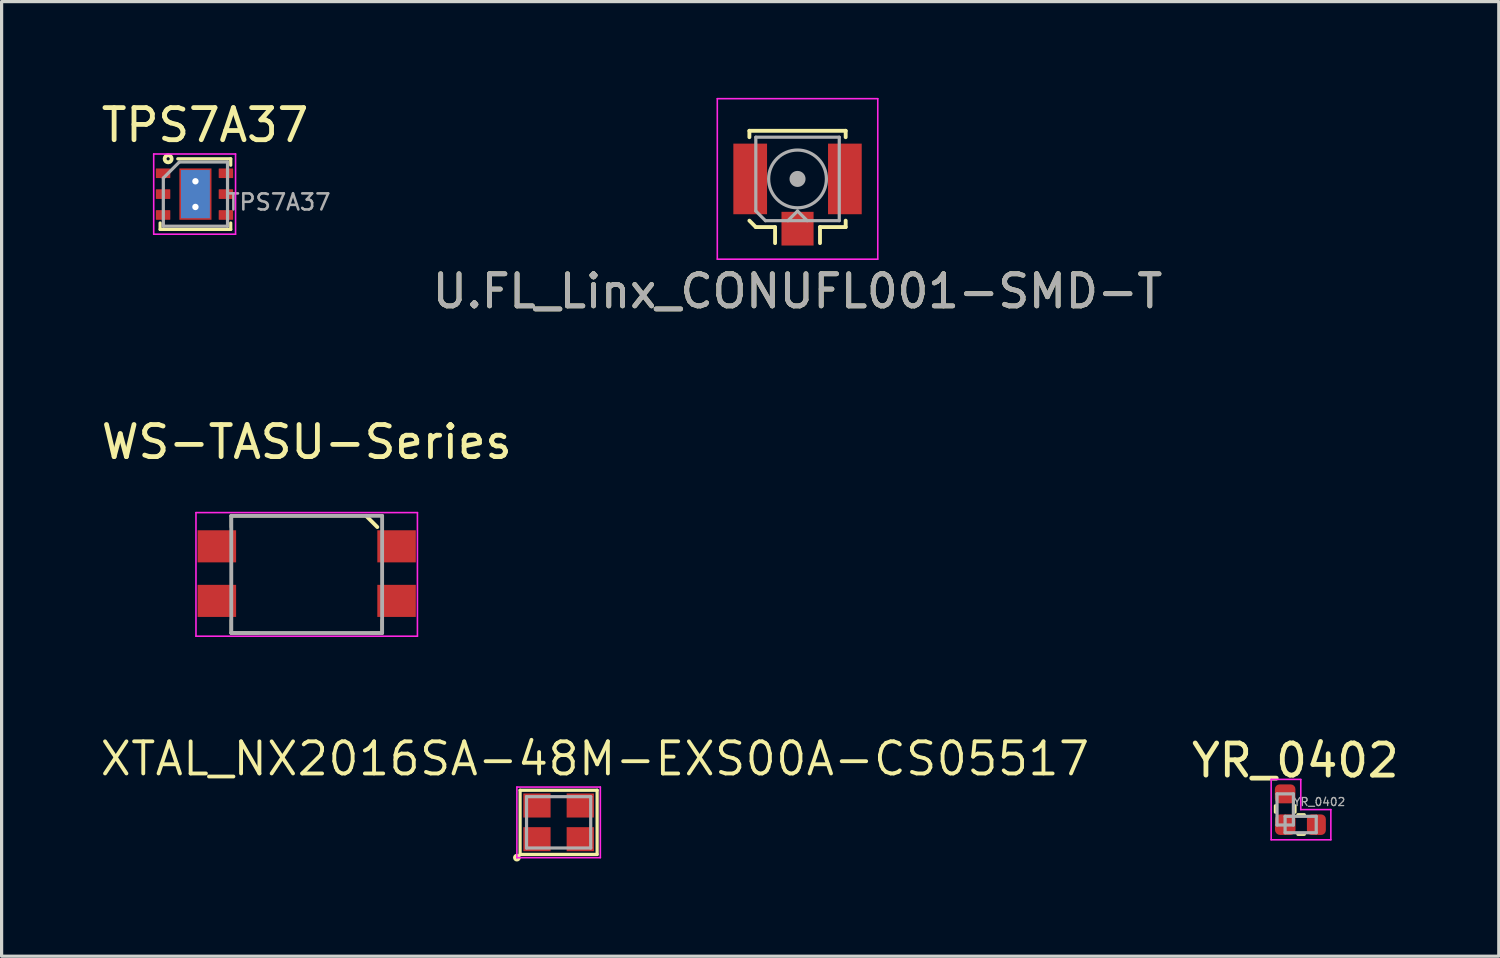
<source format=kicad_pcb>
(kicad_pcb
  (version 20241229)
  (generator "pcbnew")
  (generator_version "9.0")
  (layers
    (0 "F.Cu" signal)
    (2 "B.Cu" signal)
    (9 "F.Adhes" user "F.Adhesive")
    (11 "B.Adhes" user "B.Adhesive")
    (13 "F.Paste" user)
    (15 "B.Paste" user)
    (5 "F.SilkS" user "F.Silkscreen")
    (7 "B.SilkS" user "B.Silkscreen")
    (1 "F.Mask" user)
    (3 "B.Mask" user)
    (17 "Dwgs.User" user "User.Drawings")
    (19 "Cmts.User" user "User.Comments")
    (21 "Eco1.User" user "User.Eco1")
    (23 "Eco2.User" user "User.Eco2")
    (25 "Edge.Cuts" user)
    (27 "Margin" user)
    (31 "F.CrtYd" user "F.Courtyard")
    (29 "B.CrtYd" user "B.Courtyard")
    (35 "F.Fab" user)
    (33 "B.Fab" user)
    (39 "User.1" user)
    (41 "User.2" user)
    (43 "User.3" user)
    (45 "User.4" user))
  (footprint "XTAL_NX2016SA-48M-EXS00A-CS05517"
    (layer "F.Cu")
    (at 14.355 22.572)
    (property "Reference" "XTAL_NX2016SA-48M-EXS00A-CS05517" (at 1.13 -1.98 0) (layer "F.SilkS") (effects (font (size 1 1) (thickness 0.12))))
    (attr smd)
    (fp_line (start -1.2 -1) (end 1.2 -1) (stroke (width 0.1) (type solid)) (layer "F.SilkS"))
    (fp_line (start -1.2 1) (end -1.2 -1) (stroke (width 0.1) (type solid)) (layer "F.SilkS"))
    (fp_line (start 1.2 -1) (end 1.2 1) (stroke (width 0.1) (type solid)) (layer "F.SilkS"))
    (fp_line (start 1.2 1) (end -1.2 1) (stroke (width 0.1) (type solid)) (layer "F.SilkS"))
    (fp_circle (center -1.3 1.1) (end -1.28 1.1) (stroke (width 0.1) (type solid)) (fill no) (layer "F.SilkS"))
    (fp_line (start -1.3 -1.1) (end 1.3 -1.1) (stroke (width 0.05) (type solid)) (layer "F.CrtYd"))
    (fp_line (start -1.3 1.1) (end -1.3 -1.1) (stroke (width 0.05) (type solid)) (layer "F.CrtYd"))
    (fp_line (start 1.3 -1.1) (end 1.3 1.1) (stroke (width 0.05) (type solid)) (layer "F.CrtYd"))
    (fp_line (start 1.3 1.1) (end -1.3 1.1) (stroke (width 0.05) (type solid)) (layer "F.CrtYd"))
    (fp_line (start -1 -0.8) (end 1 -0.8) (stroke (width 0.1) (type solid)) (layer "F.Fab"))
    (fp_line (start -1 0.8) (end -1 -0.8) (stroke (width 0.1) (type solid)) (layer "F.Fab"))
    (fp_line (start 1 -0.8) (end 1 0.8) (stroke (width 0.1) (type solid)) (layer "F.Fab"))
    (fp_line (start 1 0.8) (end -1 0.8) (stroke (width 0.1) (type solid)) (layer "F.Fab"))
    (pad "1" smd rect (at -0.675 0.525) (size 0.85 0.75) (layers "F.Cu" "F.Mask" "F.Paste"))
    (pad "2" smd rect (at 0.675 0.525) (size 0.85 0.75) (layers "F.Cu" "F.Mask" "F.Paste"))
    (pad "3" smd rect (at 0.675 -0.525) (size 0.85 0.75) (layers "F.Cu" "F.Mask" "F.Paste"))
    (pad "4" smd rect (at -0.675 -0.525) (size 0.85 0.75) (layers "F.Cu" "F.Mask" "F.Paste")))
  (footprint "TPS7A37"
    (layer "F.Cu")
    (at 3.039 2.998)
    (property "Reference" "TPS7A37" (at 0.3 -2.15 0) (layer "F.SilkS") (effects (font (size 1 1) (thickness 0.15))))
    (attr smd)
    (fp_line (start -1.1 0.9) (end -1.1 1.1) (stroke (width 0.1) (type solid)) (layer "F.SilkS"))
    (fp_line (start -1.1 1.1) (end 1.1 1.1) (stroke (width 0.1) (type solid)) (layer "F.SilkS"))
    (fp_line (start -0.55 -1.1) (end 1.1 -1.1) (stroke (width 0.1) (type solid)) (layer "F.SilkS"))
    (fp_line (start 1.1 -1.1) (end 1.1 -0.9) (stroke (width 0.1) (type solid)) (layer "F.SilkS"))
    (fp_line (start 1.1 0.9) (end 1.1 1.1) (stroke (width 0.1) (type solid)) (layer "F.SilkS"))
    (fp_circle (center -0.85 -1.1) (end -0.85 -1.15) (stroke (width 0.12) (type solid)) (fill no) (layer "F.SilkS"))
    (fp_line (start -1.3 -1.25) (end -1.3 1.25) (stroke (width 0.05) (type solid)) (layer "F.CrtYd"))
    (fp_line (start -1.3 1.25) (end 1.25 1.25) (stroke (width 0.05) (type solid)) (layer "F.CrtYd"))
    (fp_line (start 1.25 -1.25) (end -1.3 -1.25) (stroke (width 0.05) (type solid)) (layer "F.CrtYd"))
    (fp_line (start 1.25 1.25) (end 1.25 -1.25) (stroke (width 0.05) (type solid)) (layer "F.CrtYd"))
    (fp_line (start -1 -0.5) (end -0.5 -1) (stroke (width 0.1) (type solid)) (layer "F.Fab"))
    (fp_line (start -1 1) (end -1 -0.5) (stroke (width 0.1) (type solid)) (layer "F.Fab"))
    (fp_line (start 1 -1) (end -0.5 -1) (stroke (width 0.1) (type solid)) (layer "F.Fab"))
    (fp_line (start 1 -1) (end 1 1) (stroke (width 0.1) (type solid)) (layer "F.Fab"))
    (fp_line (start 1 1) (end -1 1) (stroke (width 0.1) (type solid)) (layer "F.Fab"))
    (fp_text user "${REFERENCE}" (at 2.6 0.25 0) (layer "F.Fab") (effects (font (size 0.5 0.5) (thickness 0.08))))
    (pad "" smd roundrect (at 0 -0.4) (size 0.9 0.7) (layers "F.Paste") (roundrect_rratio 0.25))
    (pad "" smd roundrect (at 0 0.4) (size 0.9 0.7) (layers "F.Paste") (roundrect_rratio 0.25))
    (pad "1" smd roundrect (at -1.008 -0.65) (size 0.45 0.3) (layers "F.Cu" "F.Mask" "F.Paste") (roundrect_rratio 0.05))
    (pad "2" smd roundrect (at -1.008 0) (size 0.45 0.3) (layers "F.Cu" "F.Mask" "F.Paste") (roundrect_rratio 0.05))
    (pad "3" smd roundrect (at -1.008 0.65) (size 0.45 0.3) (layers "F.Cu" "F.Mask" "F.Paste") (roundrect_rratio 0.05))
    (pad "4" smd roundrect (at 0.95 0.65) (size 0.45 0.3) (layers "F.Cu" "F.Mask" "F.Paste") (roundrect_rratio 0.05))
    (pad "5" smd roundrect (at 0.95 0) (size 0.45 0.3) (layers "F.Cu" "F.Mask" "F.Paste") (roundrect_rratio 0.05))
    (pad "6" smd roundrect (at 0.95 -0.65) (size 0.45 0.3) (layers "F.Cu" "F.Mask" "F.Paste") (roundrect_rratio 0.05))
    (pad "7" thru_hole circle (at 0 -0.4) (size 0.5 0.5) (drill 0.2) (layers "*.Cu"))
    (pad "7" smd rect (at 0 0) (size 0.9 1.5) (layers "B.Cu"))
    (pad "7" smd rect (at 0 0) (size 1 1.6) (layers "F.Cu" "F.Mask"))
    (pad "7" thru_hole circle (at 0 0.4) (size 0.5 0.5) (drill 0.2) (layers "*.Cu")))
  (footprint "U.FL_Linx_CONUFL001-SMD-T"
    (layer "F.Cu")
    (at 21.799 2.525)
    (property "Reference" "U.FL_Linx_CONUFL001-SMD-T" (at 0 3.5 0) (layer "F.SilkS") (effects (font (size 1 1) (thickness 0.15))))
    (attr smd)
    (fp_line (start -1.5 -1.5) (end 1.5 -1.5) (stroke (width 0.12) (type solid)) (layer "F.SilkS"))
    (fp_line (start -1.5 -1.3) (end -1.5 -1.5) (stroke (width 0.12) (type solid)) (layer "F.SilkS"))
    (fp_line (start -1.3 1.5) (end -1.5 1.3) (stroke (width 0.12) (type solid)) (layer "F.SilkS"))
    (fp_line (start -0.7 1.5) (end -1.3 1.5) (stroke (width 0.12) (type solid)) (layer "F.SilkS"))
    (fp_line (start -0.7 1.5) (end -0.7 2) (stroke (width 0.12) (type solid)) (layer "F.SilkS"))
    (fp_line (start 0.7 1.5) (end 0.7 2) (stroke (width 0.12) (type solid)) (layer "F.SilkS"))
    (fp_line (start 1.5 -1.5) (end 1.5 -1.3) (stroke (width 0.12) (type solid)) (layer "F.SilkS"))
    (fp_line (start 1.5 1.3) (end 1.5 1.5) (stroke (width 0.12) (type solid)) (layer "F.SilkS"))
    (fp_line (start 1.5 1.5) (end 0.7 1.5) (stroke (width 0.12) (type solid)) (layer "F.SilkS"))
    (fp_line (start -2.5 -2.5) (end -2.5 2.5) (stroke (width 0.05) (type solid)) (layer "F.CrtYd"))
    (fp_line (start -2.5 2.5) (end 2.5 2.5) (stroke (width 0.05) (type solid)) (layer "F.CrtYd"))
    (fp_line (start 2.5 -2.5) (end -2.5 -2.5) (stroke (width 0.05) (type solid)) (layer "F.CrtYd"))
    (fp_line (start 2.5 2.5) (end 2.5 -2.5) (stroke (width 0.05) (type solid)) (layer "F.CrtYd"))
    (fp_line (start -1.3 -1.3) (end -1.3 1) (stroke (width 0.1) (type solid)) (layer "F.Fab"))
    (fp_line (start -1.3 -1.3) (end 1.3 -1.3) (stroke (width 0.1) (type solid)) (layer "F.Fab"))
    (fp_line (start -1.3 1) (end -1 1.3) (stroke (width 0.1) (type solid)) (layer "F.Fab"))
    (fp_line (start -1 1.3) (end 1.3 1.3) (stroke (width 0.1) (type solid)) (layer "F.Fab"))
    (fp_line (start -0.3 1.3) (end 0 1) (stroke (width 0.1) (type solid)) (layer "F.Fab"))
    (fp_line (start 0 1) (end 0.3 1.3) (stroke (width 0.1) (type solid)) (layer "F.Fab"))
    (fp_line (start 1.3 -1.3) (end 1.3 1.3) (stroke (width 0.1) (type solid)) (layer "F.Fab"))
    (fp_circle (center 0 0) (end 0 0.05) (stroke (width 0.1) (type solid)) (fill no) (layer "F.Fab"))
    (fp_circle (center 0 0) (end 0 0.125) (stroke (width 0.1) (type solid)) (fill no) (layer "F.Fab"))
    (fp_circle (center 0 0) (end 0 0.2) (stroke (width 0.1) (type solid)) (fill no) (layer "F.Fab"))
    (fp_circle (center 0 0) (end 0.9 0) (stroke (width 0.1) (type solid)) (fill no) (layer "F.Fab"))
    (fp_text user "${REFERENCE}" (at 0 3.5 0) (layer "F.Fab") (effects (font (size 1 1) (thickness 0.15))))
    (pad "1" smd rect (at 0 1.55) (size 1 1.05) (layers "F.Cu" "F.Mask" "F.Paste"))
    (pad "2" smd rect (at -1.475 0) (size 1.05 2.2) (layers "F.Cu" "F.Mask" "F.Paste"))
    (pad "2" smd rect (at 1.475 0) (size 1.05 2.2) (layers "F.Cu" "F.Mask" "F.Paste")))
  (footprint "WS-TASU-Series"
    (layer "F.Cu")
    (at 6.506 14.822)
    (property "Reference" "WS-TASU-Series" (at 0 -4.1 0) (layer "F.SilkS") (effects (font (size 1 1) (thickness 0.15))))
    (attr smd)
    (fp_line (start -2.35 -1.8) (end -2.35 -1.45) (stroke (width 0.1) (type solid)) (layer "F.SilkS"))
    (fp_line (start -2.35 -1.8) (end 1.85 -1.8) (stroke (width 0.1) (type solid)) (layer "F.SilkS"))
    (fp_line (start -2.35 1.45) (end -2.35 1.85) (stroke (width 0.1) (type solid)) (layer "F.SilkS"))
    (fp_line (start -1.5 1.85) (end -2.35 1.85) (stroke (width 0.1) (type solid)) (layer "F.SilkS"))
    (fp_line (start 2 1.85) (end 2.35 1.85) (stroke (width 0.1) (type solid)) (layer "F.SilkS"))
    (fp_line (start 2.2 -1.45) (end 1.85 -1.8) (stroke (width 0.12) (type solid)) (layer "F.SilkS"))
    (fp_line (start 2.35 1.45) (end 2.35 1.85) (stroke (width 0.1) (type solid)) (layer "F.SilkS"))
    (fp_line (start -3.45 1.95) (end -3.45 -1.9) (stroke (width 0.05) (type solid)) (layer "F.CrtYd"))
    (fp_line (start 3.45 -1.9) (end -3.45 -1.9) (stroke (width 0.05) (type solid)) (layer "F.CrtYd"))
    (fp_line (start 3.45 1.95) (end -3.45 1.95) (stroke (width 0.05) (type solid)) (layer "F.CrtYd"))
    (fp_line (start 3.45 1.95) (end 3.45 -1.9) (stroke (width 0.05) (type solid)) (layer "F.CrtYd"))
    (fp_line (start -2.35 -1.8) (end 2.35 -1.8) (stroke (width 0.12) (type solid)) (layer "F.Fab"))
    (fp_line (start -2.35 1.85) (end -2.35 -1.8) (stroke (width 0.12) (type solid)) (layer "F.Fab"))
    (fp_line (start -2.35 1.85) (end 2.35 1.85) (stroke (width 0.12) (type solid)) (layer "F.Fab"))
    (fp_line (start 2.35 1.85) (end 2.35 -1.8) (stroke (width 0.12) (type solid)) (layer "F.Fab"))
    (pad "1" smd rect (at -2.8 -0.85) (size 1.2 1) (layers "F.Cu" "F.Mask" "F.Paste"))
    (pad "1" smd rect (at 2.8 -0.85) (size 1.2 1) (layers "F.Cu" "F.Mask" "F.Paste"))
    (pad "2" smd rect (at -2.8 0.85) (size 1.2 1) (layers "F.Cu" "F.Mask" "F.Paste"))
    (pad "2" smd rect (at 2.8 0.85) (size 1.2 1) (layers "F.Cu" "F.Mask" "F.Paste")))
  (footprint "YR_0402"
    (layer "F.Cu")
    (at 36.989 22.155)
    (property "Reference" "YR_0402" (at 0.32 -1.51 0) (layer "F.SilkS") (effects (font (size 1 1) (thickness 0.15))))
    (attr smd)
    (fp_line (start -0.3 -0.1) (end -0.3 0.1) (stroke (width 0.1) (type solid)) (layer "F.SilkS"))
    (fp_line (start 0.31 -0.1) (end 0.31 0.1) (stroke (width 0.1) (type solid)) (layer "F.SilkS"))
    (fp_line (start 0.4 0.18) (end 0.6 0.18) (stroke (width 0.1) (type solid)) (layer "F.SilkS"))
    (fp_line (start 0.4 0.79) (end 0.6 0.79) (stroke (width 0.1) (type solid)) (layer "F.SilkS"))
    (fp_line (start -0.433 -0.92) (end 0.491 -0.92) (stroke (width 0.05) (type solid)) (layer "F.CrtYd"))
    (fp_line (start -0.433 0.96) (end -0.433 -0.92) (stroke (width 0.05) (type solid)) (layer "F.CrtYd"))
    (fp_line (start -0.433 0.96) (end 1.427 0.96) (stroke (width 0.05) (type solid)) (layer "F.CrtYd"))
    (fp_line (start 0.49 0.02) (end 0.49 -0.917) (stroke (width 0.05) (type solid)) (layer "F.CrtYd"))
    (fp_line (start 1.427 0.02) (end 0.489 0.02) (stroke (width 0.05) (type solid)) (layer "F.CrtYd"))
    (fp_line (start 1.427 0.02) (end 1.427 0.96) (stroke (width 0.05) (type solid)) (layer "F.CrtYd"))
    (fp_line (start -0.25 -0.47) (end -0.25 0.5) (stroke (width 0.1) (type solid)) (layer "F.Fab"))
    (fp_line (start -0.25 0.5) (end 0.26 0.5) (stroke (width 0.1) (type solid)) (layer "F.Fab"))
    (fp_line (start -0.249 -0.47) (end 0.261 -0.47) (stroke (width 0.1) (type solid)) (layer "F.Fab"))
    (fp_line (start 0.001 0.23) (end 0.001 0.74) (stroke (width 0.1) (type solid)) (layer "F.Fab"))
    (fp_line (start 0.001 0.23) (end 0.971 0.23) (stroke (width 0.1) (type solid)) (layer "F.Fab"))
    (fp_line (start 0.001 0.74) (end 0.971 0.74) (stroke (width 0.1) (type solid)) (layer "F.Fab"))
    (fp_line (start 0.26 -0.47) (end 0.26 0.5) (stroke (width 0.1) (type solid)) (layer "F.Fab"))
    (fp_line (start 0.971 0.23) (end 0.971 0.74) (stroke (width 0.1) (type solid)) (layer "F.Fab"))
    (fp_text user "${REFERENCE}" (at 1.07 -0.22 0) (layer "F.Fab") (effects (font (size 0.25 0.25) (thickness 0.04))))
    (pad "1" smd roundrect (at 0.006 0.49) (size 0.64 0.64) (layers "F.Cu" "F.Mask" "F.Paste") (roundrect_rratio 0.25))
    (pad "2" smd roundrect (at 0.003 -0.47 270) (size 0.59 0.64) (layers "F.Cu" "F.Mask" "F.Paste") (roundrect_rratio 0.25))
    (pad "3" smd roundrect (at 0.976 0.49) (size 0.59 0.64) (layers "F.Cu" "F.Mask" "F.Paste") (roundrect_rratio 0.25)))
  (gr_rect
    (start -3 -3)
    (end 43.648 26.742)
    (stroke (width 0.1) (type default))
    (fill no)
    (layer "Edge.Cuts")))
</source>
